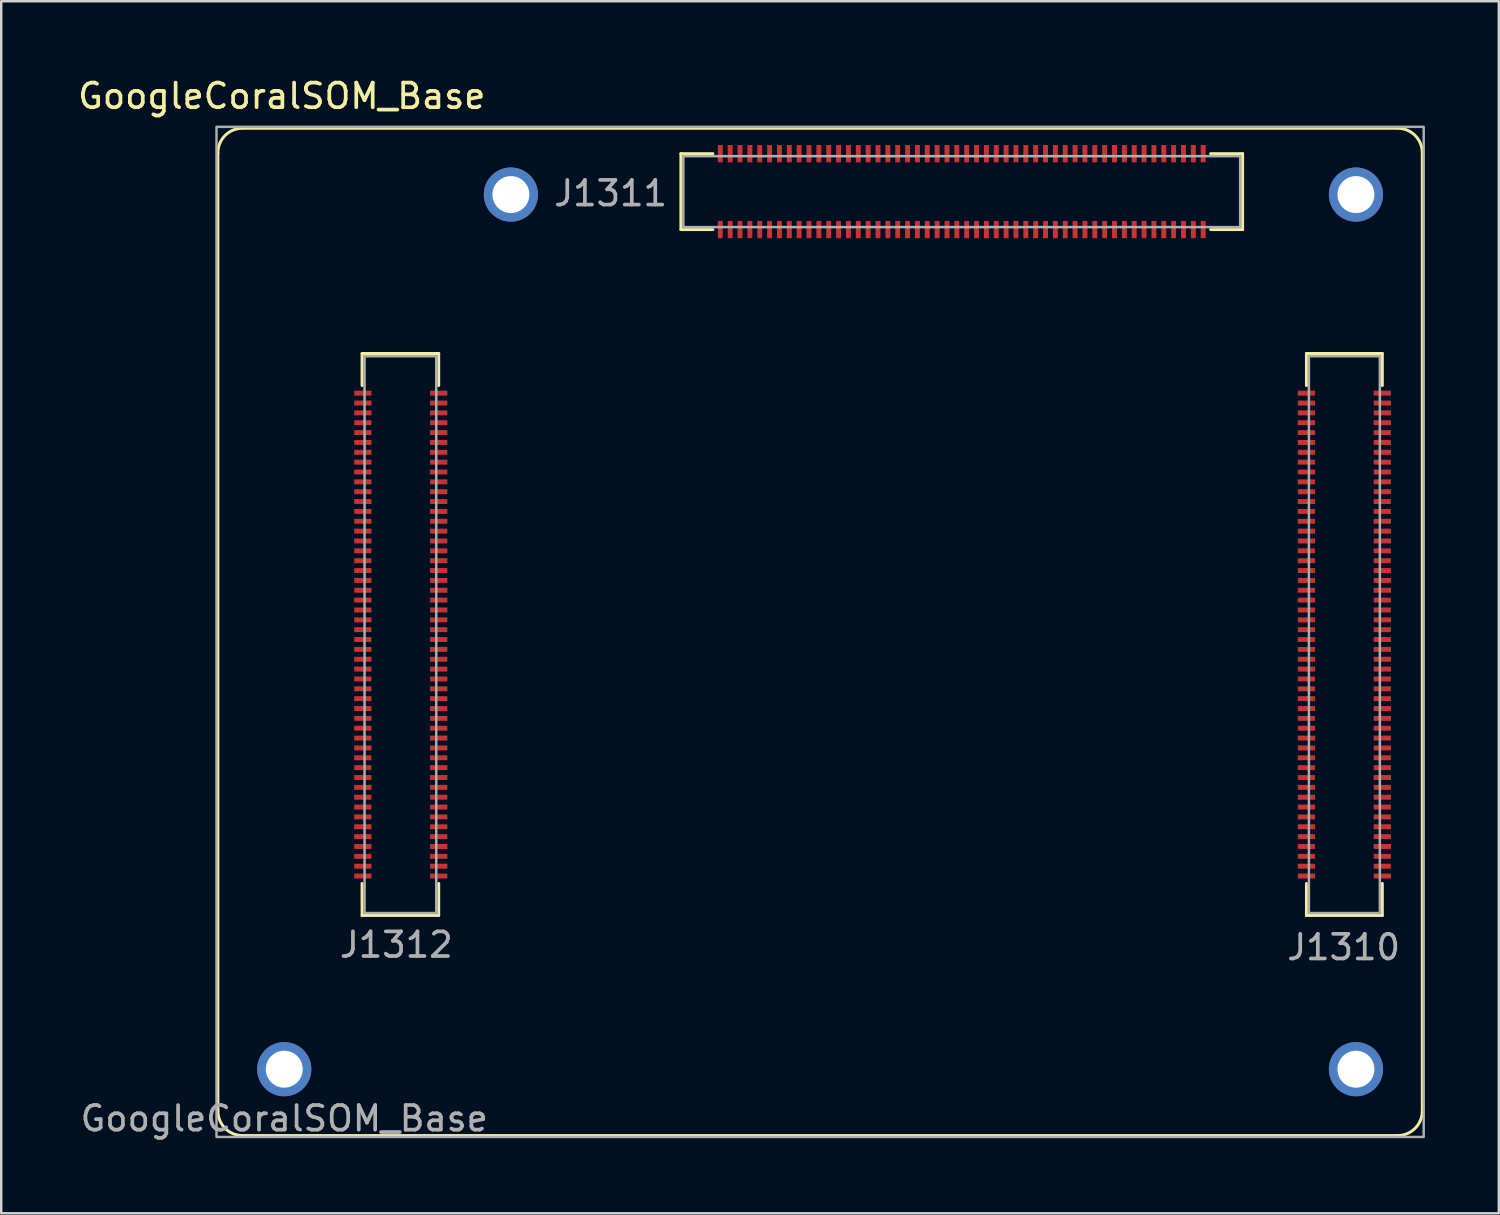
<source format=kicad_pcb>
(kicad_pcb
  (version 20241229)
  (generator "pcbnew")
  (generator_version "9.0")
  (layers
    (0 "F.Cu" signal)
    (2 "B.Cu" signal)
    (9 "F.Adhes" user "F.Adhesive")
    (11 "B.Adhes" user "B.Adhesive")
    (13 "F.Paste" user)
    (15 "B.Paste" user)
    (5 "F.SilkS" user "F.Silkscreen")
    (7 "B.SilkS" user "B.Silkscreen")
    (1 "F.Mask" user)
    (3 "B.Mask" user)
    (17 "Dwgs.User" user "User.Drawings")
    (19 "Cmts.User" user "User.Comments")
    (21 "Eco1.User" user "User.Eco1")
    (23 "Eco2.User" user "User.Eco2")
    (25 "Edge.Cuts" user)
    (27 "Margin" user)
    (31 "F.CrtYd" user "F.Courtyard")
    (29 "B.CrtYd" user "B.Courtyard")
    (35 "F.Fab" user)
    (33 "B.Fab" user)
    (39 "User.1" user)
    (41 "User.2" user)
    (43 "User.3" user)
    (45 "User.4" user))
  (footprint "GoogleCoralSOM_Base"
    (layer "F.Cu")
    (at 8.487 40.348)
    (property "Reference" "GoogleCoralSOM_Base" (at -0.1 -39.5 0) (unlocked yes) (layer "F.SilkS") (effects (font (size 1 1) (thickness 0.15))))
    (attr smd)
    (fp_line (start -2.693 1.693) (end -2.693 -37.193) (stroke (width 0.12) (type solid)) (layer "F.SilkS"))
    (fp_line (start -1.693 -38.193) (end 45.193 -38.193) (stroke (width 0.12) (type solid)) (layer "F.SilkS"))
    (fp_line (start 3.16 -29.05) (end 3.16 -27.75) (stroke (width 0.12) (type solid)) (layer "F.SilkS"))
    (fp_line (start 3.16 -6.24) (end 3.16 -7.54) (stroke (width 0.12) (type solid)) (layer "F.SilkS"))
    (fp_line (start 3.16 -6.24) (end 6.27 -6.24) (stroke (width 0.12) (type solid)) (layer "F.SilkS"))
    (fp_line (start 6.27 -29.05) (end 3.16 -29.05) (stroke (width 0.12) (type solid)) (layer "F.SilkS"))
    (fp_line (start 6.27 -29.05) (end 6.27 -27.75) (stroke (width 0.12) (type solid)) (layer "F.SilkS"))
    (fp_line (start 6.27 -6.24) (end 6.27 -7.54) (stroke (width 0.12) (type solid)) (layer "F.SilkS"))
    (fp_line (start 16.1 -37.16) (end 16.1 -34.08) (stroke (width 0.12) (type solid)) (layer "F.SilkS"))
    (fp_line (start 16.1 -37.16) (end 17.4 -37.16) (stroke (width 0.12) (type solid)) (layer "F.SilkS"))
    (fp_line (start 16.1 -34.08) (end 17.4 -34.08) (stroke (width 0.12) (type solid)) (layer "F.SilkS"))
    (fp_line (start 37.6 -37.16) (end 38.9 -37.16) (stroke (width 0.12) (type solid)) (layer "F.SilkS"))
    (fp_line (start 37.6 -34.08) (end 38.9 -34.08) (stroke (width 0.12) (type solid)) (layer "F.SilkS"))
    (fp_line (start 38.9 -37.16) (end 38.9 -34.08) (stroke (width 0.12) (type solid)) (layer "F.SilkS"))
    (fp_line (start 41.49 -29.05) (end 41.49 -27.75) (stroke (width 0.12) (type solid)) (layer "F.SilkS"))
    (fp_line (start 41.49 -6.24) (end 41.49 -7.54) (stroke (width 0.12) (type solid)) (layer "F.SilkS"))
    (fp_line (start 41.49 -6.24) (end 44.57 -6.24) (stroke (width 0.12) (type solid)) (layer "F.SilkS"))
    (fp_line (start 44.57 -29.05) (end 41.49 -29.05) (stroke (width 0.12) (type solid)) (layer "F.SilkS"))
    (fp_line (start 44.57 -29.05) (end 44.57 -27.75) (stroke (width 0.12) (type solid)) (layer "F.SilkS"))
    (fp_line (start 44.57 -6.24) (end 44.57 -7.54) (stroke (width 0.12) (type solid)) (layer "F.SilkS"))
    (fp_line (start 45.2 2.693) (end -1.693 2.693) (stroke (width 0.12) (type solid)) (layer "F.SilkS"))
    (fp_line (start 46.193 -37.193) (end 46.193 1.693) (stroke (width 0.12) (type solid)) (layer "F.SilkS"))
    (fp_arc (start -2.692893 -37.192893) (mid -2.4 -37.9) (end -1.692893 -38.192893) (stroke (width 0.12) (type solid)) (layer "F.SilkS"))
    (fp_arc (start -1.692893 2.692893) (mid -2.4 2.4) (end -2.692893 1.692893) (stroke (width 0.12) (type solid)) (layer "F.SilkS"))
    (fp_arc (start 45.192893 -38.192893) (mid 45.9 -37.9) (end 46.192893 -37.192893) (stroke (width 0.12) (type solid)) (layer "F.SilkS"))
    (fp_arc (start 46.192893 1.692893) (mid 45.9 2.4) (end 45.192893 2.692893) (stroke (width 0.12) (type solid)) (layer "F.SilkS"))
    (fp_rect (start -2.75 2.75) (end 46.25 -38.25) (stroke (width 0.1) (type solid)) (fill no) (layer "F.Fab"))
    (fp_rect (start 3.26 -6.34) (end 6.17 -28.94) (stroke (width 0.1) (type solid)) (fill no) (layer "F.Fab"))
    (fp_rect (start 16.2 -34.18) (end 38.8 -37.06) (stroke (width 0.1) (type solid)) (fill no) (layer "F.Fab"))
    (fp_rect (start 41.59 -6.34) (end 44.47 -28.94) (stroke (width 0.1) (type solid)) (fill no) (layer "F.Fab"))
    (fp_text user "J1312" (at 4.55 -5.05 0) (unlocked yes) (layer "F.Fab") (effects (font (size 1 1) (thickness 0.15))))
    (fp_text user "${REFERENCE}" (at 0 2 0) (unlocked yes) (layer "F.Fab") (effects (font (size 1 1) (thickness 0.15))))
    (fp_text user "J1311" (at 13.25 -35.55 0) (unlocked yes) (layer "F.Fab") (effects (font (size 1 1) (thickness 0.15))))
    (fp_text user "J1310" (at 43 -4.95 0) (unlocked yes) (layer "F.Fab") (effects (font (size 1 1) (thickness 0.15))))
    (pad "" np_thru_hole circle (at 0 0) (size 2.2 2.2) (drill 1.5) (layers "*.Cu" "*.Mask"))
    (pad "" np_thru_hole circle (at 9.2 -35.5) (size 2.2 2.2) (drill 1.5) (layers "*.Cu" "*.Mask"))
    (pad "" np_thru_hole circle (at 43.5 -35.5) (size 2.2 2.2) (drill 1.5) (layers "*.Cu" "*.Mask"))
    (pad "" np_thru_hole circle (at 43.5 0) (size 2.2 2.2) (drill 1.5) (layers "*.Cu" "*.Mask"))
    (pad "1" smd rect (at 6.27 -27.44) (size 0.7 0.2) (layers "F.Cu" "F.Mask" "F.Paste"))
    (pad "2" smd rect (at 3.19 -27.44) (size 0.7 0.2) (layers "F.Cu" "F.Mask" "F.Paste"))
    (pad "3" smd rect (at 6.27 -27.04) (size 0.7 0.2) (layers "F.Cu" "F.Mask" "F.Paste"))
    (pad "4" smd rect (at 3.19 -27.04) (size 0.7 0.2) (layers "F.Cu" "F.Mask" "F.Paste"))
    (pad "5" smd rect (at 6.27 -26.64) (size 0.7 0.2) (layers "F.Cu" "F.Mask" "F.Paste"))
    (pad "6" smd rect (at 3.19 -26.64) (size 0.7 0.2) (layers "F.Cu" "F.Mask" "F.Paste"))
    (pad "7" smd rect (at 6.27 -26.24) (size 0.7 0.2) (layers "F.Cu" "F.Mask" "F.Paste"))
    (pad "8" smd rect (at 3.19 -26.24) (size 0.7 0.2) (layers "F.Cu" "F.Mask" "F.Paste"))
    (pad "9" smd rect (at 6.27 -25.84) (size 0.7 0.2) (layers "F.Cu" "F.Mask" "F.Paste"))
    (pad "10" smd rect (at 3.19 -25.84) (size 0.7 0.2) (layers "F.Cu" "F.Mask" "F.Paste"))
    (pad "11" smd rect (at 6.27 -25.44) (size 0.7 0.2) (layers "F.Cu" "F.Mask" "F.Paste"))
    (pad "12" smd rect (at 3.19 -25.44) (size 0.7 0.2) (layers "F.Cu" "F.Mask" "F.Paste"))
    (pad "13" smd rect (at 6.27 -25.04) (size 0.7 0.2) (layers "F.Cu" "F.Mask" "F.Paste"))
    (pad "14" smd rect (at 3.19 -25.04) (size 0.7 0.2) (layers "F.Cu" "F.Mask" "F.Paste"))
    (pad "15" smd rect (at 6.27 -24.64) (size 0.7 0.2) (layers "F.Cu" "F.Mask" "F.Paste"))
    (pad "16" smd rect (at 3.19 -24.64) (size 0.7 0.2) (layers "F.Cu" "F.Mask" "F.Paste"))
    (pad "17" smd rect (at 6.27 -24.24) (size 0.7 0.2) (layers "F.Cu" "F.Mask" "F.Paste"))
    (pad "18" smd rect (at 3.19 -24.24) (size 0.7 0.2) (layers "F.Cu" "F.Mask" "F.Paste"))
    (pad "19" smd rect (at 6.27 -23.84) (size 0.7 0.2) (layers "F.Cu" "F.Mask" "F.Paste"))
    (pad "20" smd rect (at 3.19 -23.84) (size 0.7 0.2) (layers "F.Cu" "F.Mask" "F.Paste"))
    (pad "21" smd rect (at 6.27 -23.44) (size 0.7 0.2) (layers "F.Cu" "F.Mask" "F.Paste"))
    (pad "22" smd rect (at 3.19 -23.44) (size 0.7 0.2) (layers "F.Cu" "F.Mask" "F.Paste"))
    (pad "23" smd rect (at 6.27 -23.04) (size 0.7 0.2) (layers "F.Cu" "F.Mask" "F.Paste"))
    (pad "24" smd rect (at 3.19 -23.04) (size 0.7 0.2) (layers "F.Cu" "F.Mask" "F.Paste"))
    (pad "25" smd rect (at 6.27 -22.64) (size 0.7 0.2) (layers "F.Cu" "F.Mask" "F.Paste"))
    (pad "26" smd rect (at 3.19 -22.64) (size 0.7 0.2) (layers "F.Cu" "F.Mask" "F.Paste"))
    (pad "27" smd rect (at 6.27 -22.24) (size 0.7 0.2) (layers "F.Cu" "F.Mask" "F.Paste"))
    (pad "28" smd rect (at 3.19 -22.24) (size 0.7 0.2) (layers "F.Cu" "F.Mask" "F.Paste"))
    (pad "29" smd rect (at 6.27 -21.84) (size 0.7 0.2) (layers "F.Cu" "F.Mask" "F.Paste"))
    (pad "30" smd rect (at 3.19 -21.84) (size 0.7 0.2) (layers "F.Cu" "F.Mask" "F.Paste"))
    (pad "31" smd rect (at 6.27 -21.44) (size 0.7 0.2) (layers "F.Cu" "F.Mask" "F.Paste"))
    (pad "32" smd rect (at 3.19 -21.44) (size 0.7 0.2) (layers "F.Cu" "F.Mask" "F.Paste"))
    (pad "33" smd rect (at 6.27 -21.04) (size 0.7 0.2) (layers "F.Cu" "F.Mask" "F.Paste"))
    (pad "34" smd rect (at 3.19 -21.04) (size 0.7 0.2) (layers "F.Cu" "F.Mask" "F.Paste"))
    (pad "35" smd rect (at 6.27 -20.64) (size 0.7 0.2) (layers "F.Cu" "F.Mask" "F.Paste"))
    (pad "36" smd rect (at 3.19 -20.64) (size 0.7 0.2) (layers "F.Cu" "F.Mask" "F.Paste"))
    (pad "37" smd rect (at 6.27 -20.24) (size 0.7 0.2) (layers "F.Cu" "F.Mask" "F.Paste"))
    (pad "38" smd rect (at 3.19 -20.24) (size 0.7 0.2) (layers "F.Cu" "F.Mask" "F.Paste"))
    (pad "39" smd rect (at 6.27 -19.84) (size 0.7 0.2) (layers "F.Cu" "F.Mask" "F.Paste"))
    (pad "40" smd rect (at 3.19 -19.84) (size 0.7 0.2) (layers "F.Cu" "F.Mask" "F.Paste"))
    (pad "41" smd rect (at 6.27 -19.44) (size 0.7 0.2) (layers "F.Cu" "F.Mask" "F.Paste"))
    (pad "42" smd rect (at 3.19 -19.44) (size 0.7 0.2) (layers "F.Cu" "F.Mask" "F.Paste"))
    (pad "43" smd rect (at 6.27 -19.04) (size 0.7 0.2) (layers "F.Cu" "F.Mask" "F.Paste"))
    (pad "44" smd rect (at 3.19 -19.04) (size 0.7 0.2) (layers "F.Cu" "F.Mask" "F.Paste"))
    (pad "45" smd rect (at 6.27 -18.64) (size 0.7 0.2) (layers "F.Cu" "F.Mask" "F.Paste"))
    (pad "46" smd rect (at 3.19 -18.64) (size 0.7 0.2) (layers "F.Cu" "F.Mask" "F.Paste"))
    (pad "47" smd rect (at 6.27 -18.24) (size 0.7 0.2) (layers "F.Cu" "F.Mask" "F.Paste"))
    (pad "48" smd rect (at 3.19 -18.24) (size 0.7 0.2) (layers "F.Cu" "F.Mask" "F.Paste"))
    (pad "49" smd rect (at 6.27 -17.84) (size 0.7 0.2) (layers "F.Cu" "F.Mask" "F.Paste"))
    (pad "50" smd rect (at 3.19 -17.84) (size 0.7 0.2) (layers "F.Cu" "F.Mask" "F.Paste"))
    (pad "51" smd rect (at 6.27 -17.44) (size 0.7 0.2) (layers "F.Cu" "F.Mask" "F.Paste"))
    (pad "52" smd rect (at 3.19 -17.44) (size 0.7 0.2) (layers "F.Cu" "F.Mask" "F.Paste"))
    (pad "53" smd rect (at 6.27 -17.04) (size 0.7 0.2) (layers "F.Cu" "F.Mask" "F.Paste"))
    (pad "54" smd rect (at 3.19 -17.04) (size 0.7 0.2) (layers "F.Cu" "F.Mask" "F.Paste"))
    (pad "55" smd rect (at 6.27 -16.64) (size 0.7 0.2) (layers "F.Cu" "F.Mask" "F.Paste"))
    (pad "56" smd rect (at 3.19 -16.64) (size 0.7 0.2) (layers "F.Cu" "F.Mask" "F.Paste"))
    (pad "57" smd rect (at 6.27 -16.24) (size 0.7 0.2) (layers "F.Cu" "F.Mask" "F.Paste"))
    (pad "58" smd rect (at 3.19 -16.24) (size 0.7 0.2) (layers "F.Cu" "F.Mask" "F.Paste"))
    (pad "59" smd rect (at 6.27 -15.84) (size 0.7 0.2) (layers "F.Cu" "F.Mask" "F.Paste"))
    (pad "60" smd rect (at 3.19 -15.84) (size 0.7 0.2) (layers "F.Cu" "F.Mask" "F.Paste"))
    (pad "61" smd rect (at 6.27 -15.44) (size 0.7 0.2) (layers "F.Cu" "F.Mask" "F.Paste"))
    (pad "62" smd rect (at 3.19 -15.44) (size 0.7 0.2) (layers "F.Cu" "F.Mask" "F.Paste"))
    (pad "63" smd rect (at 6.27 -15.04) (size 0.7 0.2) (layers "F.Cu" "F.Mask" "F.Paste"))
    (pad "64" smd rect (at 3.19 -15.04) (size 0.7 0.2) (layers "F.Cu" "F.Mask" "F.Paste"))
    (pad "65" smd rect (at 6.27 -14.64) (size 0.7 0.2) (layers "F.Cu" "F.Mask" "F.Paste"))
    (pad "66" smd rect (at 3.19 -14.64) (size 0.7 0.2) (layers "F.Cu" "F.Mask" "F.Paste"))
    (pad "67" smd rect (at 6.27 -14.24) (size 0.7 0.2) (layers "F.Cu" "F.Mask" "F.Paste"))
    (pad "68" smd rect (at 3.19 -14.24) (size 0.7 0.2) (layers "F.Cu" "F.Mask" "F.Paste"))
    (pad "69" smd rect (at 6.27 -13.84) (size 0.7 0.2) (layers "F.Cu" "F.Mask" "F.Paste"))
    (pad "70" smd rect (at 3.19 -13.84) (size 0.7 0.2) (layers "F.Cu" "F.Mask" "F.Paste"))
    (pad "71" smd rect (at 6.27 -13.44) (size 0.7 0.2) (layers "F.Cu" "F.Mask" "F.Paste"))
    (pad "72" smd rect (at 3.19 -13.44) (size 0.7 0.2) (layers "F.Cu" "F.Mask" "F.Paste"))
    (pad "73" smd rect (at 6.27 -13.04) (size 0.7 0.2) (layers "F.Cu" "F.Mask" "F.Paste"))
    (pad "74" smd rect (at 3.19 -13.04) (size 0.7 0.2) (layers "F.Cu" "F.Mask" "F.Paste"))
    (pad "75" smd rect (at 6.27 -12.64) (size 0.7 0.2) (layers "F.Cu" "F.Mask" "F.Paste"))
    (pad "76" smd rect (at 3.19 -12.64) (size 0.7 0.2) (layers "F.Cu" "F.Mask" "F.Paste"))
    (pad "77" smd rect (at 6.27 -12.24) (size 0.7 0.2) (layers "F.Cu" "F.Mask" "F.Paste"))
    (pad "78" smd rect (at 3.19 -12.24) (size 0.7 0.2) (layers "F.Cu" "F.Mask" "F.Paste"))
    (pad "79" smd rect (at 6.27 -11.84) (size 0.7 0.2) (layers "F.Cu" "F.Mask" "F.Paste"))
    (pad "80" smd rect (at 3.19 -11.84) (size 0.7 0.2) (layers "F.Cu" "F.Mask" "F.Paste"))
    (pad "81" smd rect (at 6.27 -11.44) (size 0.7 0.2) (layers "F.Cu" "F.Mask" "F.Paste"))
    (pad "82" smd rect (at 3.19 -11.44) (size 0.7 0.2) (layers "F.Cu" "F.Mask" "F.Paste"))
    (pad "83" smd rect (at 6.27 -11.04) (size 0.7 0.2) (layers "F.Cu" "F.Mask" "F.Paste"))
    (pad "84" smd rect (at 3.19 -11.04) (size 0.7 0.2) (layers "F.Cu" "F.Mask" "F.Paste"))
    (pad "85" smd rect (at 6.27 -10.64) (size 0.7 0.2) (layers "F.Cu" "F.Mask" "F.Paste"))
    (pad "86" smd rect (at 3.19 -10.64) (size 0.7 0.2) (layers "F.Cu" "F.Mask" "F.Paste"))
    (pad "87" smd rect (at 6.27 -10.24) (size 0.7 0.2) (layers "F.Cu" "F.Mask" "F.Paste"))
    (pad "88" smd rect (at 3.19 -10.24) (size 0.7 0.2) (layers "F.Cu" "F.Mask" "F.Paste"))
    (pad "89" smd rect (at 6.27 -9.84) (size 0.7 0.2) (layers "F.Cu" "F.Mask" "F.Paste"))
    (pad "90" smd rect (at 3.19 -9.84) (size 0.7 0.2) (layers "F.Cu" "F.Mask" "F.Paste"))
    (pad "91" smd rect (at 6.27 -9.44) (size 0.7 0.2) (layers "F.Cu" "F.Mask" "F.Paste"))
    (pad "92" smd rect (at 3.19 -9.44) (size 0.7 0.2) (layers "F.Cu" "F.Mask" "F.Paste"))
    (pad "93" smd rect (at 6.27 -9.04) (size 0.7 0.2) (layers "F.Cu" "F.Mask" "F.Paste"))
    (pad "94" smd rect (at 3.19 -9.04) (size 0.7 0.2) (layers "F.Cu" "F.Mask" "F.Paste"))
    (pad "95" smd rect (at 6.27 -8.64) (size 0.7 0.2) (layers "F.Cu" "F.Mask" "F.Paste"))
    (pad "96" smd rect (at 3.19 -8.64) (size 0.7 0.2) (layers "F.Cu" "F.Mask" "F.Paste"))
    (pad "97" smd rect (at 6.27 -8.24) (size 0.7 0.2) (layers "F.Cu" "F.Mask" "F.Paste"))
    (pad "98" smd rect (at 3.19 -8.24) (size 0.7 0.2) (layers "F.Cu" "F.Mask" "F.Paste"))
    (pad "99" smd rect (at 6.27 -7.84) (size 0.7 0.2) (layers "F.Cu" "F.Mask" "F.Paste"))
    (pad "100" smd rect (at 3.19 -7.84) (size 0.7 0.2) (layers "F.Cu" "F.Mask" "F.Paste"))
    (pad "101" smd rect (at 37.3 -34.08 90) (size 0.7 0.2) (layers "F.Cu" "F.Mask" "F.Paste"))
    (pad "102" smd rect (at 37.3 -37.16 90) (size 0.7 0.2) (layers "F.Cu" "F.Mask" "F.Paste"))
    (pad "103" smd rect (at 36.9 -34.08 90) (size 0.7 0.2) (layers "F.Cu" "F.Mask" "F.Paste"))
    (pad "104" smd rect (at 36.9 -37.16 90) (size 0.7 0.2) (layers "F.Cu" "F.Mask" "F.Paste"))
    (pad "105" smd rect (at 36.5 -34.08 90) (size 0.7 0.2) (layers "F.Cu" "F.Mask" "F.Paste"))
    (pad "106" smd rect (at 36.5 -37.16 90) (size 0.7 0.2) (layers "F.Cu" "F.Mask" "F.Paste"))
    (pad "107" smd rect (at 36.1 -34.08 90) (size 0.7 0.2) (layers "F.Cu" "F.Mask" "F.Paste"))
    (pad "108" smd rect (at 36.1 -37.16 90) (size 0.7 0.2) (layers "F.Cu" "F.Mask" "F.Paste"))
    (pad "109" smd rect (at 35.7 -34.08 90) (size 0.7 0.2) (layers "F.Cu" "F.Mask" "F.Paste"))
    (pad "110" smd rect (at 35.7 -37.16 90) (size 0.7 0.2) (layers "F.Cu" "F.Mask" "F.Paste"))
    (pad "111" smd rect (at 35.3 -34.08 90) (size 0.7 0.2) (layers "F.Cu" "F.Mask" "F.Paste"))
    (pad "112" smd rect (at 35.3 -37.16 90) (size 0.7 0.2) (layers "F.Cu" "F.Mask" "F.Paste"))
    (pad "113" smd rect (at 34.9 -34.08 90) (size 0.7 0.2) (layers "F.Cu" "F.Mask" "F.Paste"))
    (pad "114" smd rect (at 34.9 -37.16 90) (size 0.7 0.2) (layers "F.Cu" "F.Mask" "F.Paste"))
    (pad "115" smd rect (at 34.5 -34.08 90) (size 0.7 0.2) (layers "F.Cu" "F.Mask" "F.Paste"))
    (pad "116" smd rect (at 34.5 -37.16 90) (size 0.7 0.2) (layers "F.Cu" "F.Mask" "F.Paste"))
    (pad "117" smd rect (at 34.1 -34.08 90) (size 0.7 0.2) (layers "F.Cu" "F.Mask" "F.Paste"))
    (pad "118" smd rect (at 34.1 -37.16 90) (size 0.7 0.2) (layers "F.Cu" "F.Mask" "F.Paste"))
    (pad "119" smd rect (at 33.7 -34.08 90) (size 0.7 0.2) (layers "F.Cu" "F.Mask" "F.Paste"))
    (pad "120" smd rect (at 33.7 -37.16 90) (size 0.7 0.2) (layers "F.Cu" "F.Mask" "F.Paste"))
    (pad "121" smd rect (at 33.3 -34.08 90) (size 0.7 0.2) (layers "F.Cu" "F.Mask" "F.Paste"))
    (pad "122" smd rect (at 33.3 -37.16 90) (size 0.7 0.2) (layers "F.Cu" "F.Mask" "F.Paste"))
    (pad "123" smd rect (at 32.9 -34.08 90) (size 0.7 0.2) (layers "F.Cu" "F.Mask" "F.Paste"))
    (pad "124" smd rect (at 32.9 -37.16 90) (size 0.7 0.2) (layers "F.Cu" "F.Mask" "F.Paste"))
    (pad "125" smd rect (at 32.5 -34.08 90) (size 0.7 0.2) (layers "F.Cu" "F.Mask" "F.Paste"))
    (pad "126" smd rect (at 32.5 -37.16 90) (size 0.7 0.2) (layers "F.Cu" "F.Mask" "F.Paste"))
    (pad "127" smd rect (at 32.1 -34.08 90) (size 0.7 0.2) (layers "F.Cu" "F.Mask" "F.Paste"))
    (pad "128" smd rect (at 32.1 -37.16 90) (size 0.7 0.2) (layers "F.Cu" "F.Mask" "F.Paste"))
    (pad "129" smd rect (at 31.7 -34.08 90) (size 0.7 0.2) (layers "F.Cu" "F.Mask" "F.Paste"))
    (pad "130" smd rect (at 31.7 -37.16 90) (size 0.7 0.2) (layers "F.Cu" "F.Mask" "F.Paste"))
    (pad "131" smd rect (at 31.3 -34.08 90) (size 0.7 0.2) (layers "F.Cu" "F.Mask" "F.Paste"))
    (pad "132" smd rect (at 31.3 -37.16 90) (size 0.7 0.2) (layers "F.Cu" "F.Mask" "F.Paste"))
    (pad "133" smd rect (at 30.9 -34.08 90) (size 0.7 0.2) (layers "F.Cu" "F.Mask" "F.Paste"))
    (pad "134" smd rect (at 30.9 -37.16 90) (size 0.7 0.2) (layers "F.Cu" "F.Mask" "F.Paste"))
    (pad "135" smd rect (at 30.5 -34.08 90) (size 0.7 0.2) (layers "F.Cu" "F.Mask" "F.Paste"))
    (pad "136" smd rect (at 30.5 -37.16 90) (size 0.7 0.2) (layers "F.Cu" "F.Mask" "F.Paste"))
    (pad "137" smd rect (at 30.1 -34.08 90) (size 0.7 0.2) (layers "F.Cu" "F.Mask" "F.Paste"))
    (pad "138" smd rect (at 30.1 -37.16 90) (size 0.7 0.2) (layers "F.Cu" "F.Mask" "F.Paste"))
    (pad "139" smd rect (at 29.7 -34.08 90) (size 0.7 0.2) (layers "F.Cu" "F.Mask" "F.Paste"))
    (pad "140" smd rect (at 29.7 -37.16 90) (size 0.7 0.2) (layers "F.Cu" "F.Mask" "F.Paste"))
    (pad "141" smd rect (at 29.3 -34.08 90) (size 0.7 0.2) (layers "F.Cu" "F.Mask" "F.Paste"))
    (pad "142" smd rect (at 29.3 -37.16 90) (size 0.7 0.2) (layers "F.Cu" "F.Mask" "F.Paste"))
    (pad "143" smd rect (at 28.9 -34.08 90) (size 0.7 0.2) (layers "F.Cu" "F.Mask" "F.Paste"))
    (pad "144" smd rect (at 28.9 -37.16 90) (size 0.7 0.2) (layers "F.Cu" "F.Mask" "F.Paste"))
    (pad "145" smd rect (at 28.5 -34.08 90) (size 0.7 0.2) (layers "F.Cu" "F.Mask" "F.Paste"))
    (pad "146" smd rect (at 28.5 -37.16 90) (size 0.7 0.2) (layers "F.Cu" "F.Mask" "F.Paste"))
    (pad "147" smd rect (at 28.1 -34.08 90) (size 0.7 0.2) (layers "F.Cu" "F.Mask" "F.Paste"))
    (pad "148" smd rect (at 28.1 -37.16 90) (size 0.7 0.2) (layers "F.Cu" "F.Mask" "F.Paste"))
    (pad "149" smd rect (at 27.7 -34.08 90) (size 0.7 0.2) (layers "F.Cu" "F.Mask" "F.Paste"))
    (pad "150" smd rect (at 27.7 -37.16 90) (size 0.7 0.2) (layers "F.Cu" "F.Mask" "F.Paste"))
    (pad "151" smd rect (at 27.3 -34.08 90) (size 0.7 0.2) (layers "F.Cu" "F.Mask" "F.Paste"))
    (pad "152" smd rect (at 27.3 -37.16 90) (size 0.7 0.2) (layers "F.Cu" "F.Mask" "F.Paste"))
    (pad "153" smd rect (at 26.9 -34.08 90) (size 0.7 0.2) (layers "F.Cu" "F.Mask" "F.Paste"))
    (pad "154" smd rect (at 26.9 -37.16 90) (size 0.7 0.2) (layers "F.Cu" "F.Mask" "F.Paste"))
    (pad "155" smd rect (at 26.5 -34.08 90) (size 0.7 0.2) (layers "F.Cu" "F.Mask" "F.Paste"))
    (pad "156" smd rect (at 26.5 -37.16 90) (size 0.7 0.2) (layers "F.Cu" "F.Mask" "F.Paste"))
    (pad "157" smd rect (at 26.1 -34.08 90) (size 0.7 0.2) (layers "F.Cu" "F.Mask" "F.Paste"))
    (pad "158" smd rect (at 26.1 -37.16 90) (size 0.7 0.2) (layers "F.Cu" "F.Mask" "F.Paste"))
    (pad "159" smd rect (at 25.7 -34.08 90) (size 0.7 0.2) (layers "F.Cu" "F.Mask" "F.Paste"))
    (pad "160" smd rect (at 25.7 -37.16 90) (size 0.7 0.2) (layers "F.Cu" "F.Mask" "F.Paste"))
    (pad "161" smd rect (at 25.3 -34.08 90) (size 0.7 0.2) (layers "F.Cu" "F.Mask" "F.Paste"))
    (pad "162" smd rect (at 25.3 -37.16 90) (size 0.7 0.2) (layers "F.Cu" "F.Mask" "F.Paste"))
    (pad "163" smd rect (at 24.9 -34.08 90) (size 0.7 0.2) (layers "F.Cu" "F.Mask" "F.Paste"))
    (pad "164" smd rect (at 24.9 -37.16 90) (size 0.7 0.2) (layers "F.Cu" "F.Mask" "F.Paste"))
    (pad "165" smd rect (at 24.5 -34.08 90) (size 0.7 0.2) (layers "F.Cu" "F.Mask" "F.Paste"))
    (pad "166" smd rect (at 24.5 -37.16 90) (size 0.7 0.2) (layers "F.Cu" "F.Mask" "F.Paste"))
    (pad "167" smd rect (at 24.1 -34.08 90) (size 0.7 0.2) (layers "F.Cu" "F.Mask" "F.Paste"))
    (pad "168" smd rect (at 24.1 -37.16 90) (size 0.7 0.2) (layers "F.Cu" "F.Mask" "F.Paste"))
    (pad "169" smd rect (at 23.7 -34.08 90) (size 0.7 0.2) (layers "F.Cu" "F.Mask" "F.Paste"))
    (pad "170" smd rect (at 23.7 -37.16 90) (size 0.7 0.2) (layers "F.Cu" "F.Mask" "F.Paste"))
    (pad "171" smd rect (at 23.3 -34.08 90) (size 0.7 0.2) (layers "F.Cu" "F.Mask" "F.Paste"))
    (pad "172" smd rect (at 23.3 -37.16 90) (size 0.7 0.2) (layers "F.Cu" "F.Mask" "F.Paste"))
    (pad "173" smd rect (at 22.9 -34.08 90) (size 0.7 0.2) (layers "F.Cu" "F.Mask" "F.Paste"))
    (pad "174" smd rect (at 22.9 -37.16 90) (size 0.7 0.2) (layers "F.Cu" "F.Mask" "F.Paste"))
    (pad "175" smd rect (at 22.5 -34.08 90) (size 0.7 0.2) (layers "F.Cu" "F.Mask" "F.Paste"))
    (pad "176" smd rect (at 22.5 -37.16 90) (size 0.7 0.2) (layers "F.Cu" "F.Mask" "F.Paste"))
    (pad "177" smd rect (at 22.1 -34.08 90) (size 0.7 0.2) (layers "F.Cu" "F.Mask" "F.Paste"))
    (pad "178" smd rect (at 22.1 -37.16 90) (size 0.7 0.2) (layers "F.Cu" "F.Mask" "F.Paste"))
    (pad "179" smd rect (at 21.7 -34.08 90) (size 0.7 0.2) (layers "F.Cu" "F.Mask" "F.Paste"))
    (pad "180" smd rect (at 21.7 -37.16 90) (size 0.7 0.2) (layers "F.Cu" "F.Mask" "F.Paste"))
    (pad "181" smd rect (at 21.3 -34.08 90) (size 0.7 0.2) (layers "F.Cu" "F.Mask" "F.Paste"))
    (pad "182" smd rect (at 21.3 -37.16 90) (size 0.7 0.2) (layers "F.Cu" "F.Mask" "F.Paste"))
    (pad "183" smd rect (at 20.9 -34.08 90) (size 0.7 0.2) (layers "F.Cu" "F.Mask" "F.Paste"))
    (pad "184" smd rect (at 20.9 -37.16 90) (size 0.7 0.2) (layers "F.Cu" "F.Mask" "F.Paste"))
    (pad "185" smd rect (at 20.5 -34.08 90) (size 0.7 0.2) (layers "F.Cu" "F.Mask" "F.Paste"))
    (pad "186" smd rect (at 20.5 -37.16 90) (size 0.7 0.2) (layers "F.Cu" "F.Mask" "F.Paste"))
    (pad "187" smd rect (at 20.1 -34.08 90) (size 0.7 0.2) (layers "F.Cu" "F.Mask" "F.Paste"))
    (pad "188" smd rect (at 20.1 -37.16 90) (size 0.7 0.2) (layers "F.Cu" "F.Mask" "F.Paste"))
    (pad "189" smd rect (at 19.7 -34.08 90) (size 0.7 0.2) (layers "F.Cu" "F.Mask" "F.Paste"))
    (pad "190" smd rect (at 19.7 -37.16 90) (size 0.7 0.2) (layers "F.Cu" "F.Mask" "F.Paste"))
    (pad "191" smd rect (at 19.3 -34.08 90) (size 0.7 0.2) (layers "F.Cu" "F.Mask" "F.Paste"))
    (pad "192" smd rect (at 19.3 -37.16 90) (size 0.7 0.2) (layers "F.Cu" "F.Mask" "F.Paste"))
    (pad "193" smd rect (at 18.9 -34.08 90) (size 0.7 0.2) (layers "F.Cu" "F.Mask" "F.Paste"))
    (pad "194" smd rect (at 18.9 -37.16 90) (size 0.7 0.2) (layers "F.Cu" "F.Mask" "F.Paste"))
    (pad "195" smd rect (at 18.5 -34.08 90) (size 0.7 0.2) (layers "F.Cu" "F.Mask" "F.Paste"))
    (pad "196" smd rect (at 18.5 -37.16 90) (size 0.7 0.2) (layers "F.Cu" "F.Mask" "F.Paste"))
    (pad "197" smd rect (at 18.1 -34.08 90) (size 0.7 0.2) (layers "F.Cu" "F.Mask" "F.Paste"))
    (pad "198" smd rect (at 18.1 -37.16 90) (size 0.7 0.2) (layers "F.Cu" "F.Mask" "F.Paste"))
    (pad "199" smd rect (at 17.7 -34.08 90) (size 0.7 0.2) (layers "F.Cu" "F.Mask" "F.Paste"))
    (pad "200" smd rect (at 17.7 -37.16 90) (size 0.7 0.2) (layers "F.Cu" "F.Mask" "F.Paste"))
    (pad "201" smd rect (at 44.57 -27.44) (size 0.7 0.2) (layers "F.Cu" "F.Mask" "F.Paste"))
    (pad "202" smd rect (at 41.49 -27.44) (size 0.7 0.2) (layers "F.Cu" "F.Mask" "F.Paste"))
    (pad "203" smd rect (at 44.57 -27.04) (size 0.7 0.2) (layers "F.Cu" "F.Mask" "F.Paste"))
    (pad "204" smd rect (at 41.49 -27.04) (size 0.7 0.2) (layers "F.Cu" "F.Mask" "F.Paste"))
    (pad "205" smd rect (at 44.57 -26.64) (size 0.7 0.2) (layers "F.Cu" "F.Mask" "F.Paste"))
    (pad "206" smd rect (at 41.49 -26.64) (size 0.7 0.2) (layers "F.Cu" "F.Mask" "F.Paste"))
    (pad "207" smd rect (at 44.57 -26.24) (size 0.7 0.2) (layers "F.Cu" "F.Mask" "F.Paste"))
    (pad "208" smd rect (at 41.49 -26.24) (size 0.7 0.2) (layers "F.Cu" "F.Mask" "F.Paste"))
    (pad "209" smd rect (at 44.57 -25.84) (size 0.7 0.2) (layers "F.Cu" "F.Mask" "F.Paste"))
    (pad "210" smd rect (at 41.49 -25.84) (size 0.7 0.2) (layers "F.Cu" "F.Mask" "F.Paste"))
    (pad "211" smd rect (at 44.57 -25.44) (size 0.7 0.2) (layers "F.Cu" "F.Mask" "F.Paste"))
    (pad "212" smd rect (at 41.49 -25.44) (size 0.7 0.2) (layers "F.Cu" "F.Mask" "F.Paste"))
    (pad "213" smd rect (at 44.57 -25.04) (size 0.7 0.2) (layers "F.Cu" "F.Mask" "F.Paste"))
    (pad "214" smd rect (at 41.49 -25.04) (size 0.7 0.2) (layers "F.Cu" "F.Mask" "F.Paste"))
    (pad "215" smd rect (at 44.57 -24.64) (size 0.7 0.2) (layers "F.Cu" "F.Mask" "F.Paste"))
    (pad "216" smd rect (at 41.49 -24.64) (size 0.7 0.2) (layers "F.Cu" "F.Mask" "F.Paste"))
    (pad "217" smd rect (at 44.57 -24.24) (size 0.7 0.2) (layers "F.Cu" "F.Mask" "F.Paste"))
    (pad "218" smd rect (at 41.49 -24.24) (size 0.7 0.2) (layers "F.Cu" "F.Mask" "F.Paste"))
    (pad "219" smd rect (at 44.57 -23.84) (size 0.7 0.2) (layers "F.Cu" "F.Mask" "F.Paste"))
    (pad "220" smd rect (at 41.49 -23.84) (size 0.7 0.2) (layers "F.Cu" "F.Mask" "F.Paste"))
    (pad "221" smd rect (at 44.57 -23.44) (size 0.7 0.2) (layers "F.Cu" "F.Mask" "F.Paste"))
    (pad "222" smd rect (at 41.49 -23.44) (size 0.7 0.2) (layers "F.Cu" "F.Mask" "F.Paste"))
    (pad "223" smd rect (at 44.57 -23.04) (size 0.7 0.2) (layers "F.Cu" "F.Mask" "F.Paste"))
    (pad "224" smd rect (at 41.49 -23.04) (size 0.7 0.2) (layers "F.Cu" "F.Mask" "F.Paste"))
    (pad "225" smd rect (at 44.57 -22.64) (size 0.7 0.2) (layers "F.Cu" "F.Mask" "F.Paste"))
    (pad "226" smd rect (at 41.49 -22.64) (size 0.7 0.2) (layers "F.Cu" "F.Mask" "F.Paste"))
    (pad "227" smd rect (at 44.57 -22.24) (size 0.7 0.2) (layers "F.Cu" "F.Mask" "F.Paste"))
    (pad "228" smd rect (at 41.49 -22.24) (size 0.7 0.2) (layers "F.Cu" "F.Mask" "F.Paste"))
    (pad "229" smd rect (at 44.57 -21.84) (size 0.7 0.2) (layers "F.Cu" "F.Mask" "F.Paste"))
    (pad "230" smd rect (at 41.49 -21.84) (size 0.7 0.2) (layers "F.Cu" "F.Mask" "F.Paste"))
    (pad "231" smd rect (at 44.57 -21.44) (size 0.7 0.2) (layers "F.Cu" "F.Mask" "F.Paste"))
    (pad "232" smd rect (at 41.49 -21.44) (size 0.7 0.2) (layers "F.Cu" "F.Mask" "F.Paste"))
    (pad "233" smd rect (at 44.57 -21.04) (size 0.7 0.2) (layers "F.Cu" "F.Mask" "F.Paste"))
    (pad "234" smd rect (at 41.49 -21.04) (size 0.7 0.2) (layers "F.Cu" "F.Mask" "F.Paste"))
    (pad "235" smd rect (at 44.57 -20.64) (size 0.7 0.2) (layers "F.Cu" "F.Mask" "F.Paste"))
    (pad "236" smd rect (at 41.49 -20.64) (size 0.7 0.2) (layers "F.Cu" "F.Mask" "F.Paste"))
    (pad "237" smd rect (at 44.57 -20.24) (size 0.7 0.2) (layers "F.Cu" "F.Mask" "F.Paste"))
    (pad "238" smd rect (at 41.49 -20.24) (size 0.7 0.2) (layers "F.Cu" "F.Mask" "F.Paste"))
    (pad "239" smd rect (at 44.57 -19.84) (size 0.7 0.2) (layers "F.Cu" "F.Mask" "F.Paste"))
    (pad "240" smd rect (at 41.49 -19.84) (size 0.7 0.2) (layers "F.Cu" "F.Mask" "F.Paste"))
    (pad "241" smd rect (at 44.57 -19.44) (size 0.7 0.2) (layers "F.Cu" "F.Mask" "F.Paste"))
    (pad "242" smd rect (at 41.49 -19.44) (size 0.7 0.2) (layers "F.Cu" "F.Mask" "F.Paste"))
    (pad "243" smd rect (at 44.57 -19.04) (size 0.7 0.2) (layers "F.Cu" "F.Mask" "F.Paste"))
    (pad "244" smd rect (at 41.49 -19.04) (size 0.7 0.2) (layers "F.Cu" "F.Mask" "F.Paste"))
    (pad "245" smd rect (at 44.57 -18.64) (size 0.7 0.2) (layers "F.Cu" "F.Mask" "F.Paste"))
    (pad "246" smd rect (at 41.49 -18.64) (size 0.7 0.2) (layers "F.Cu" "F.Mask" "F.Paste"))
    (pad "247" smd rect (at 44.57 -18.24) (size 0.7 0.2) (layers "F.Cu" "F.Mask" "F.Paste"))
    (pad "248" smd rect (at 41.49 -18.24) (size 0.7 0.2) (layers "F.Cu" "F.Mask" "F.Paste"))
    (pad "249" smd rect (at 44.57 -17.84) (size 0.7 0.2) (layers "F.Cu" "F.Mask" "F.Paste"))
    (pad "250" smd rect (at 41.49 -17.84) (size 0.7 0.2) (layers "F.Cu" "F.Mask" "F.Paste"))
    (pad "251" smd rect (at 44.57 -17.44) (size 0.7 0.2) (layers "F.Cu" "F.Mask" "F.Paste"))
    (pad "252" smd rect (at 41.49 -17.44) (size 0.7 0.2) (layers "F.Cu" "F.Mask" "F.Paste"))
    (pad "253" smd rect (at 44.57 -17.04) (size 0.7 0.2) (layers "F.Cu" "F.Mask" "F.Paste"))
    (pad "254" smd rect (at 41.49 -17.04) (size 0.7 0.2) (layers "F.Cu" "F.Mask" "F.Paste"))
    (pad "255" smd rect (at 44.57 -16.64) (size 0.7 0.2) (layers "F.Cu" "F.Mask" "F.Paste"))
    (pad "256" smd rect (at 41.49 -16.64) (size 0.7 0.2) (layers "F.Cu" "F.Mask" "F.Paste"))
    (pad "257" smd rect (at 44.57 -16.24) (size 0.7 0.2) (layers "F.Cu" "F.Mask" "F.Paste"))
    (pad "258" smd rect (at 41.49 -16.24) (size 0.7 0.2) (layers "F.Cu" "F.Mask" "F.Paste"))
    (pad "259" smd rect (at 44.57 -15.84) (size 0.7 0.2) (layers "F.Cu" "F.Mask" "F.Paste"))
    (pad "260" smd rect (at 41.49 -15.84) (size 0.7 0.2) (layers "F.Cu" "F.Mask" "F.Paste"))
    (pad "261" smd rect (at 44.57 -15.44) (size 0.7 0.2) (layers "F.Cu" "F.Mask" "F.Paste"))
    (pad "262" smd rect (at 41.49 -15.44) (size 0.7 0.2) (layers "F.Cu" "F.Mask" "F.Paste"))
    (pad "263" smd rect (at 44.57 -15.04) (size 0.7 0.2) (layers "F.Cu" "F.Mask" "F.Paste"))
    (pad "264" smd rect (at 41.49 -15.04) (size 0.7 0.2) (layers "F.Cu" "F.Mask" "F.Paste"))
    (pad "265" smd rect (at 44.57 -14.64) (size 0.7 0.2) (layers "F.Cu" "F.Mask" "F.Paste"))
    (pad "266" smd rect (at 41.49 -14.64) (size 0.7 0.2) (layers "F.Cu" "F.Mask" "F.Paste"))
    (pad "267" smd rect (at 44.57 -14.24) (size 0.7 0.2) (layers "F.Cu" "F.Mask" "F.Paste"))
    (pad "268" smd rect (at 41.49 -14.24) (size 0.7 0.2) (layers "F.Cu" "F.Mask" "F.Paste"))
    (pad "269" smd rect (at 44.57 -13.84) (size 0.7 0.2) (layers "F.Cu" "F.Mask" "F.Paste"))
    (pad "270" smd rect (at 41.49 -13.84) (size 0.7 0.2) (layers "F.Cu" "F.Mask" "F.Paste"))
    (pad "271" smd rect (at 44.57 -13.44) (size 0.7 0.2) (layers "F.Cu" "F.Mask" "F.Paste"))
    (pad "272" smd rect (at 41.49 -13.44) (size 0.7 0.2) (layers "F.Cu" "F.Mask" "F.Paste"))
    (pad "273" smd rect (at 44.57 -13.04) (size 0.7 0.2) (layers "F.Cu" "F.Mask" "F.Paste"))
    (pad "274" smd rect (at 41.49 -13.04) (size 0.7 0.2) (layers "F.Cu" "F.Mask" "F.Paste"))
    (pad "275" smd rect (at 44.57 -12.64) (size 0.7 0.2) (layers "F.Cu" "F.Mask" "F.Paste"))
    (pad "276" smd rect (at 41.49 -12.64) (size 0.7 0.2) (layers "F.Cu" "F.Mask" "F.Paste"))
    (pad "277" smd rect (at 44.57 -12.24) (size 0.7 0.2) (layers "F.Cu" "F.Mask" "F.Paste"))
    (pad "278" smd rect (at 41.49 -12.24) (size 0.7 0.2) (layers "F.Cu" "F.Mask" "F.Paste"))
    (pad "279" smd rect (at 44.57 -11.84) (size 0.7 0.2) (layers "F.Cu" "F.Mask" "F.Paste"))
    (pad "280" smd rect (at 41.49 -11.84) (size 0.7 0.2) (layers "F.Cu" "F.Mask" "F.Paste"))
    (pad "281" smd rect (at 44.57 -11.44) (size 0.7 0.2) (layers "F.Cu" "F.Mask" "F.Paste"))
    (pad "282" smd rect (at 41.49 -11.44) (size 0.7 0.2) (layers "F.Cu" "F.Mask" "F.Paste"))
    (pad "283" smd rect (at 44.57 -11.04) (size 0.7 0.2) (layers "F.Cu" "F.Mask" "F.Paste"))
    (pad "284" smd rect (at 41.49 -11.04) (size 0.7 0.2) (layers "F.Cu" "F.Mask" "F.Paste"))
    (pad "285" smd rect (at 44.57 -10.64) (size 0.7 0.2) (layers "F.Cu" "F.Mask" "F.Paste"))
    (pad "286" smd rect (at 41.49 -10.64) (size 0.7 0.2) (layers "F.Cu" "F.Mask" "F.Paste"))
    (pad "287" smd rect (at 44.57 -10.24) (size 0.7 0.2) (layers "F.Cu" "F.Mask" "F.Paste"))
    (pad "288" smd rect (at 41.49 -10.24) (size 0.7 0.2) (layers "F.Cu" "F.Mask" "F.Paste"))
    (pad "289" smd rect (at 44.57 -9.84) (size 0.7 0.2) (layers "F.Cu" "F.Mask" "F.Paste"))
    (pad "290" smd rect (at 41.49 -9.84) (size 0.7 0.2) (layers "F.Cu" "F.Mask" "F.Paste"))
    (pad "291" smd rect (at 44.57 -9.44) (size 0.7 0.2) (layers "F.Cu" "F.Mask" "F.Paste"))
    (pad "292" smd rect (at 41.49 -9.44) (size 0.7 0.2) (layers "F.Cu" "F.Mask" "F.Paste"))
    (pad "293" smd rect (at 44.57 -9.04) (size 0.7 0.2) (layers "F.Cu" "F.Mask" "F.Paste"))
    (pad "294" smd rect (at 41.49 -9.04) (size 0.7 0.2) (layers "F.Cu" "F.Mask" "F.Paste"))
    (pad "295" smd rect (at 44.57 -8.64) (size 0.7 0.2) (layers "F.Cu" "F.Mask" "F.Paste"))
    (pad "296" smd rect (at 41.49 -8.64) (size 0.7 0.2) (layers "F.Cu" "F.Mask" "F.Paste"))
    (pad "297" smd rect (at 44.57 -8.24) (size 0.7 0.2) (layers "F.Cu" "F.Mask" "F.Paste"))
    (pad "298" smd rect (at 41.49 -8.24) (size 0.7 0.2) (layers "F.Cu" "F.Mask" "F.Paste"))
    (pad "299" smd rect (at 44.57 -7.84) (size 0.7 0.2) (layers "F.Cu" "F.Mask" "F.Paste"))
    (pad "300" smd rect (at 41.49 -7.84) (size 0.7 0.2) (layers "F.Cu" "F.Mask" "F.Paste"))
    (zone (net_name "") (layer "F.Cu") (hatch edge 0.508) (connect_pads) (min_thickness 0.254) (filled_areas_thickness no) (keepout (tracks allowed) (vias allowed) (pads allowed) (copperpour allowed) (footprints not_allowed)) (placement (enabled no)) (fill) (polygon (pts (xy 32.237 43.148) (xy 10.237 43.148) (xy 10.237 39.398) (xy 32.237 39.398))))
    (zone (net_name "") (layers "F.Cu" "B.Cu") (hatch edge 0.508) (connect_pads) (min_thickness 0.254) (filled_areas_thickness no) (keepout (tracks not_allowed) (vias not_allowed) (pads not_allowed) (copperpour not_allowed) (footprints not_allowed)) (placement (enabled no)) (fill) (polygon (pts (xy 13.067 11.048) (xy 11.187 11.048) (xy 11.187 31.948) (xy 5.687 31.948) (xy 5.687 1.948) (xy 13.067 1.948)))))
  (gr_rect
    (start -3 -3)
    (end 57.787 46.197)
    (stroke (width 0.1) (type default))
    (fill no)
    (layer "Edge.Cuts")))
</source>
